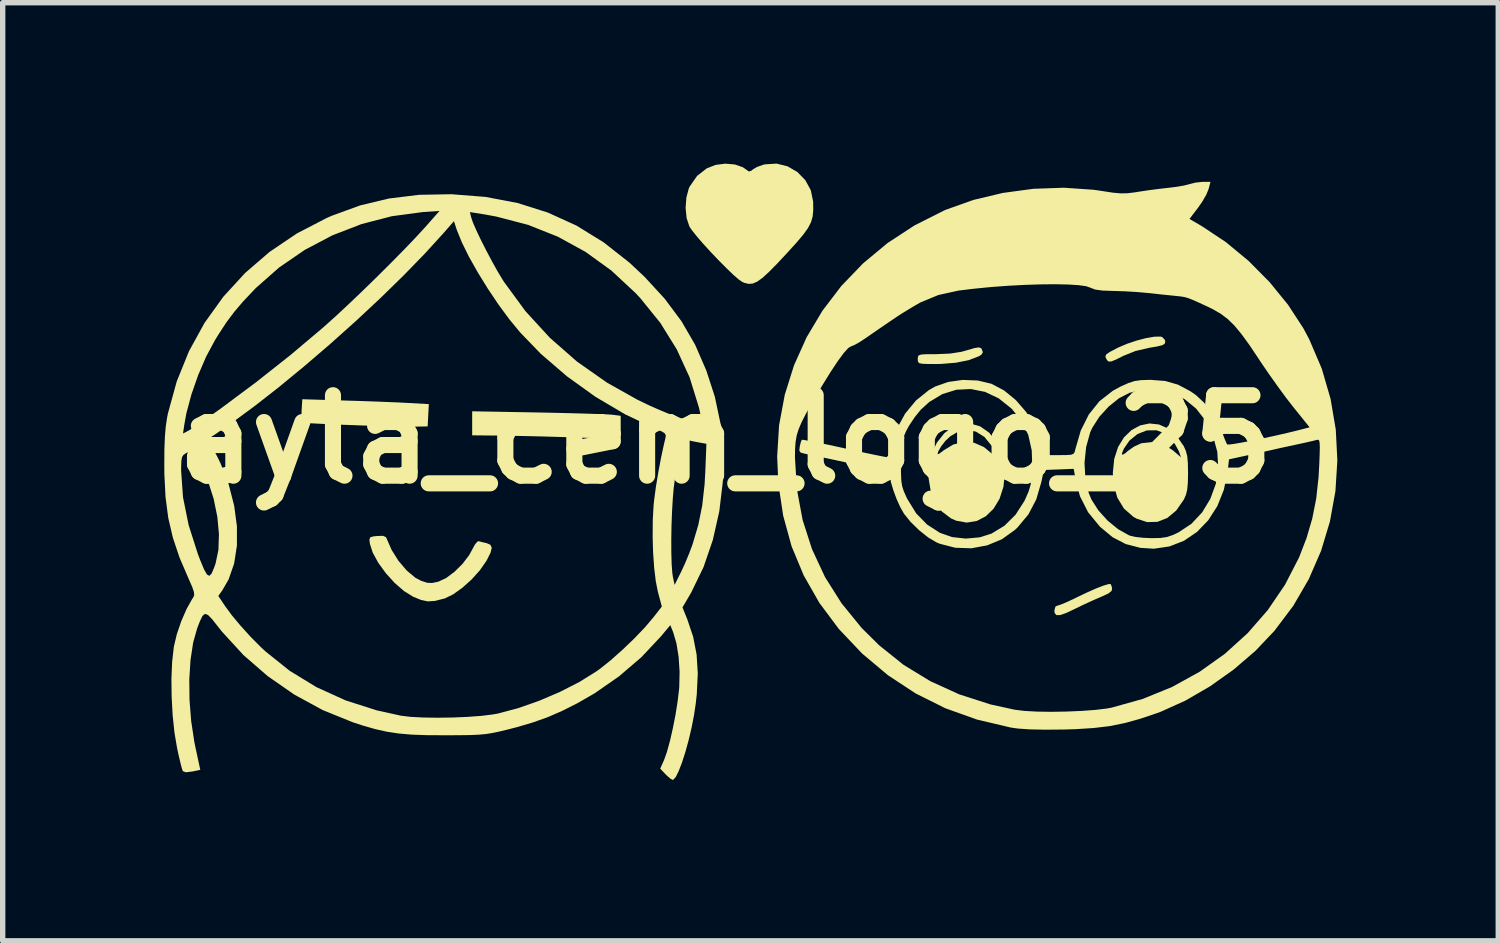
<source format=kicad_pcb>
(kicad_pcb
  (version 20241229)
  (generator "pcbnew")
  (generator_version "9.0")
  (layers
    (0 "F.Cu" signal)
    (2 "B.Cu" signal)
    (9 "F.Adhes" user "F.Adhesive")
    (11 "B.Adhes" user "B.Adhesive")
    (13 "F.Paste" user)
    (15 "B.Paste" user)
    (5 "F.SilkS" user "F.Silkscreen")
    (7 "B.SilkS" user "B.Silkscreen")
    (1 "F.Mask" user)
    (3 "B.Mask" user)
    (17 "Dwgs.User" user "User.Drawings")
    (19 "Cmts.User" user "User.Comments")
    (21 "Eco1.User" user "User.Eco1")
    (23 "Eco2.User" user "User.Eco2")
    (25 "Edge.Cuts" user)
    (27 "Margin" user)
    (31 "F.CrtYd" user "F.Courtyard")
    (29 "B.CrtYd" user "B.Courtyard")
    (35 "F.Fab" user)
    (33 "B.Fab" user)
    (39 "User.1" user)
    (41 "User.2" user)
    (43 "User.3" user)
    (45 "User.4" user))
  (footprint "ayla_cem_logo_25"
    (layer "F.Cu")
    (at 10.479 5.14)
    (property "Reference" "ayla_cem_logo_25" (at 0 0 0) (layer "F.SilkS") (effects (font (size 1.5 1.5) (thickness 0.3))))
    (attr board_only exclude_from_pos_files exclude_from_bom)
    (fp_poly (pts (xy 8.136 -1.908) (xy 8.187 -1.856) (xy 8.196 -1.818) (xy 8.184 -1.781) (xy 8.139 -1.754) (xy 8.047 -1.731) (xy 7.914 -1.709) (xy 7.638 -1.646) (xy 7.411 -1.554) (xy 7.278 -1.487) (xy 7.194 -1.453) (xy 7.144 -1.448) (xy 7.113 -1.472) (xy 7.091 -1.51) (xy 7.079 -1.548) (xy 7.098 -1.584) (xy 7.159 -1.627) (xy 7.273 -1.687) (xy 7.32 -1.711) (xy 7.484 -1.781) (xy 7.664 -1.841) (xy 7.84 -1.887) (xy 7.994 -1.913) (xy 8.106 -1.915)) (stroke (width 0) (type solid)) (fill yes) (layer "F.SilkS"))
    (fp_poly (pts (xy 7.18 2.701) (xy 7.196 2.743) (xy 7.205 2.781) (xy 7.195 2.826) (xy 7.141 2.871) (xy 7.03 2.924) (xy 6.996 2.938) (xy 6.845 3.004) (xy 6.669 3.085) (xy 6.52 3.157) (xy 6.352 3.237) (xy 6.237 3.277) (xy 6.167 3.278) (xy 6.134 3.241) (xy 6.128 3.193) (xy 6.148 3.119) (xy 6.184 3.101) (xy 6.239 3.085) (xy 6.342 3.043) (xy 6.477 2.981) (xy 6.562 2.939) (xy 6.752 2.849) (xy 6.92 2.775) (xy 7.055 2.724) (xy 7.146 2.698)) (stroke (width 0) (type solid)) (fill yes) (layer "F.SilkS"))
    (fp_poly (pts (xy 4.76 -1.7) (xy 4.769 -1.69) (xy 4.796 -1.624) (xy 4.766 -1.576) (xy 4.718 -1.547) (xy 4.534 -1.476) (xy 4.295 -1.428) (xy 4.016 -1.405) (xy 3.923 -1.403) (xy 3.763 -1.404) (xy 3.663 -1.408) (xy 3.608 -1.42) (xy 3.586 -1.444) (xy 3.581 -1.483) (xy 3.581 -1.495) (xy 3.584 -1.538) (xy 3.6 -1.565) (xy 3.645 -1.58) (xy 3.732 -1.586) (xy 3.875 -1.587) (xy 3.927 -1.587) (xy 4.185 -1.598) (xy 4.399 -1.632) (xy 4.506 -1.662) (xy 4.639 -1.701) (xy 4.718 -1.713)) (stroke (width 0) (type solid)) (fill yes) (layer "F.SilkS"))
    (fp_poly (pts (xy -7.112 -0.723) (xy -6.848 -0.715) (xy -6.578 -0.706) (xy -6.324 -0.696) (xy -6.104 -0.687) (xy -5.937 -0.678) (xy -5.933 -0.678) (xy -5.534 -0.656) (xy -5.545 -0.448) (xy -5.556 -0.24) (xy -5.796 -0.236) (xy -5.902 -0.236) (xy -6.067 -0.239) (xy -6.279 -0.243) (xy -6.523 -0.25) (xy -6.785 -0.258) (xy -6.941 -0.264) (xy -7.193 -0.273) (xy -7.421 -0.283) (xy -7.614 -0.292) (xy -7.763 -0.3) (xy -7.856 -0.306) (xy -7.882 -0.31) (xy -7.901 -0.351) (xy -7.908 -0.446) (xy -7.906 -0.535) (xy -7.893 -0.747)) (stroke (width 0) (type solid)) (fill yes) (layer "F.SilkS"))
    (fp_poly (pts (xy -3.498 -0.5) (xy -3.197 -0.494) (xy -2.912 -0.487) (xy -2.656 -0.48) (xy -2.436 -0.473) (xy -2.265 -0.467) (xy -2.15 -0.461) (xy -2.114 -0.458) (xy -1.957 -0.438) (xy -1.957 -0.219) (xy -1.958 -0.098) (xy -1.968 -0.033) (xy -1.995 -0.008) (xy -2.047 -0.006) (xy -2.058 -0.007) (xy -2.125 -0.01) (xy -2.253 -0.015) (xy -2.429 -0.022) (xy -2.64 -0.029) (xy -2.875 -0.037) (xy -2.935 -0.039) (xy -3.21 -0.047) (xy -3.499 -0.055) (xy -3.781 -0.061) (xy -4.032 -0.066) (xy -4.218 -0.069) (xy -4.726 -0.074) (xy -4.726 -0.298) (xy -4.726 -0.522)) (stroke (width 0) (type solid)) (fill yes) (layer "F.SilkS"))
    (fp_poly (pts (xy -6.335 1.823) (xy -6.323 1.845) (xy -6.229 2.06) (xy -6.1 2.266) (xy -5.948 2.445) (xy -5.787 2.58) (xy -5.678 2.638) (xy -5.566 2.675) (xy -5.472 2.679) (xy -5.355 2.654) (xy -5.21 2.586) (xy -5.054 2.469) (xy -4.905 2.321) (xy -4.782 2.16) (xy -4.723 2.051) (xy -4.672 1.958) (xy -4.625 1.905) (xy -4.605 1.9) (xy -4.536 1.918) (xy -4.458 1.936) (xy -4.387 1.966) (xy -4.361 2.021) (xy -4.382 2.111) (xy -4.45 2.248) (xy -4.464 2.272) (xy -4.583 2.443) (xy -4.737 2.614) (xy -4.909 2.768) (xy -5.081 2.891) (xy -5.236 2.967) (xy -5.249 2.97) (xy -5.419 3.013) (xy -5.554 3.022) (xy -5.683 2.994) (xy -5.825 2.936) (xy -5.996 2.83) (xy -6.171 2.678) (xy -6.336 2.496) (xy -6.477 2.302) (xy -6.581 2.111) (xy -6.633 1.947) (xy -6.642 1.866) (xy -6.624 1.826) (xy -6.56 1.809) (xy -6.498 1.803) (xy -6.389 1.8)) (stroke (width 0) (type solid)) (fill yes) (layer "F.SilkS"))
    (fp_poly (pts (xy 1.154 -5.089) (xy 1.337 -4.983) (xy 1.485 -4.831) (xy 1.587 -4.644) (xy 1.631 -4.43) (xy 1.631 -4.421) (xy 1.633 -4.276) (xy 1.622 -4.156) (xy 1.592 -4.049) (xy 1.536 -3.94) (xy 1.448 -3.817) (xy 1.322 -3.668) (xy 1.156 -3.485) (xy 0.963 -3.278) (xy 0.809 -3.122) (xy 0.688 -3.011) (xy 0.589 -2.94) (xy 0.507 -2.904) (xy 0.432 -2.897) (xy 0.355 -2.915) (xy 0.313 -2.932) (xy 0.246 -2.977) (xy 0.143 -3.067) (xy 0.015 -3.19) (xy -0.129 -3.335) (xy -0.276 -3.489) (xy -0.416 -3.642) (xy -0.537 -3.782) (xy -0.629 -3.897) (xy -0.677 -3.969) (xy -0.728 -4.124) (xy -0.747 -4.314) (xy -0.732 -4.51) (xy -0.686 -4.681) (xy -0.672 -4.71) (xy -0.533 -4.91) (xy -0.354 -5.05) (xy -0.191 -5.115) (xy -0.009 -5.139) (xy 0.169 -5.124) (xy 0.318 -5.073) (xy 0.378 -5.032) (xy 0.434 -4.992) (xy 0.48 -5.008) (xy 0.508 -5.032) (xy 0.585 -5.077) (xy 0.696 -5.117) (xy 0.733 -5.126) (xy 0.949 -5.14)) (stroke (width 0) (type solid)) (fill yes) (layer "F.SilkS"))
    (fp_poly (pts (xy 4.744 -0.241) (xy 4.911 -0.125) (xy 5.054 0.051) (xy 5.118 0.166) (xy 5.17 0.301) (xy 5.197 0.443) (xy 5.205 0.624) (xy 5.205 0.628) (xy 5.179 0.885) (xy 5.106 1.11) (xy 4.994 1.295) (xy 4.85 1.435) (xy 4.681 1.523) (xy 4.495 1.553) (xy 4.299 1.518) (xy 4.201 1.475) (xy 4.031 1.346) (xy 3.905 1.171) (xy 3.823 0.963) (xy 3.785 0.735) (xy 3.791 0.5) (xy 3.84 0.278) (xy 3.95 0.278) (xy 3.975 0.272) (xy 4.036 0.229) (xy 4.063 0.207) (xy 4.244 0.097) (xy 4.44 0.049) (xy 4.635 0.066) (xy 4.815 0.145) (xy 4.902 0.216) (xy 4.994 0.297) (xy 5.042 0.319) (xy 5.045 0.284) (xy 5.003 0.194) (xy 4.96 0.122) (xy 4.824 -0.044) (xy 4.666 -0.143) (xy 4.496 -0.174) (xy 4.321 -0.135) (xy 4.189 -0.057) (xy 4.097 0.029) (xy 4.016 0.133) (xy 3.962 0.229) (xy 3.95 0.278) (xy 3.84 0.278) (xy 3.841 0.272) (xy 3.937 0.063) (xy 4.076 -0.112) (xy 4.186 -0.199) (xy 4.373 -0.282) (xy 4.561 -0.294)) (stroke (width 0) (type solid)) (fill yes) (layer "F.SilkS"))
    (fp_poly (pts (xy 8.079 -0.276) (xy 8.252 -0.199) (xy 8.411 -0.06) (xy 8.541 0.129) (xy 8.58 0.217) (xy 8.605 0.313) (xy 8.617 0.44) (xy 8.62 0.618) (xy 8.62 0.628) (xy 8.617 0.809) (xy 8.605 0.937) (xy 8.582 1.034) (xy 8.543 1.122) (xy 8.541 1.126) (xy 8.401 1.327) (xy 8.235 1.466) (xy 8.051 1.539) (xy 7.857 1.544) (xy 7.659 1.478) (xy 7.599 1.444) (xy 7.425 1.291) (xy 7.302 1.088) (xy 7.233 0.839) (xy 7.218 0.628) (xy 7.244 0.366) (xy 7.278 0.261) (xy 7.388 0.261) (xy 7.396 0.291) (xy 7.448 0.262) (xy 7.498 0.218) (xy 7.612 0.137) (xy 7.742 0.077) (xy 7.76 0.072) (xy 7.972 0.049) (xy 8.169 0.098) (xy 8.339 0.207) (xy 8.489 0.336) (xy 8.448 0.22) (xy 8.374 0.085) (xy 8.261 -0.039) (xy 8.13 -0.132) (xy 8.033 -0.168) (xy 7.853 -0.166) (xy 7.679 -0.099) (xy 7.528 0.024) (xy 7.425 0.173) (xy 7.388 0.261) (xy 7.278 0.261) (xy 7.316 0.144) (xy 7.427 -0.037) (xy 7.567 -0.172) (xy 7.728 -0.259) (xy 7.902 -0.295)) (stroke (width 0) (type solid)) (fill yes) (layer "F.SilkS"))
    (fp_poly (pts (xy -5.113 -4.569) (xy -4.478 -4.519) (xy -3.879 -4.405) (xy -3.315 -4.227) (xy -2.781 -3.984) (xy -2.275 -3.672) (xy -1.793 -3.293) (xy -1.511 -3.028) (xy -1.136 -2.62) (xy -0.825 -2.203) (xy -0.569 -1.762) (xy -0.361 -1.283) (xy -0.202 -0.794) (xy -0.094 -0.283) (xy -0.045 0.252) (xy -0.054 0.799) (xy -0.119 1.345) (xy -0.239 1.876) (xy -0.412 2.381) (xy -0.636 2.844) (xy -0.66 2.887) (xy -0.805 3.134) (xy -0.714 3.36) (xy -0.606 3.682) (xy -0.542 4.012) (xy -0.52 4.365) (xy -0.539 4.76) (xy -0.558 4.929) (xy -0.591 5.148) (xy -0.636 5.379) (xy -0.69 5.608) (xy -0.75 5.826) (xy -0.812 6.02) (xy -0.873 6.179) (xy -0.928 6.292) (xy -0.975 6.346) (xy -0.988 6.35) (xy -1.032 6.326) (xy -1.101 6.265) (xy -1.12 6.246) (xy -1.22 6.141) (xy -1.148 5.978) (xy -1.095 5.829) (xy -1.039 5.626) (xy -0.985 5.389) (xy -0.935 5.136) (xy -0.896 4.888) (xy -0.869 4.664) (xy -0.865 4.613) (xy -0.859 4.333) (xy -0.877 4.056) (xy -0.918 3.803) (xy -0.978 3.598) (xy -0.982 3.588) (xy -1.032 3.465) (xy -1.212 3.68) (xy -1.572 4.063) (xy -1.989 4.42) (xy -2.445 4.737) (xy -2.769 4.923) (xy -3.052 5.065) (xy -3.316 5.18) (xy -3.588 5.277) (xy -3.893 5.367) (xy -4.08 5.415) (xy -4.225 5.45) (xy -4.35 5.476) (xy -4.471 5.495) (xy -4.603 5.507) (xy -4.762 5.514) (xy -4.963 5.517) (xy -5.221 5.518) (xy -5.242 5.518) (xy -5.577 5.516) (xy -5.856 5.506) (xy -6.096 5.485) (xy -6.315 5.452) (xy -6.53 5.404) (xy -6.758 5.339) (xy -6.959 5.273) (xy -7.513 5.048) (xy -8.043 4.759) (xy -8.539 4.415) (xy -8.991 4.022) (xy -9.39 3.587) (xy -9.46 3.499) (xy -9.571 3.358) (xy -9.65 3.276) (xy -9.707 3.254) (xy -9.754 3.293) (xy -9.803 3.394) (xy -9.853 3.524) (xy -9.928 3.791) (xy -9.977 4.113) (xy -10 4.474) (xy -9.996 4.858) (xy -9.965 5.251) (xy -9.907 5.637) (xy -9.884 5.749) (xy -9.795 6.163) (xy -9.946 6.194) (xy -10.064 6.208) (xy -10.121 6.187) (xy -10.121 6.186) (xy -10.138 6.136) (xy -10.166 6.029) (xy -10.2 5.885) (xy -10.227 5.759) (xy -10.276 5.472) (xy -10.31 5.146) (xy -10.329 4.803) (xy -10.333 4.464) (xy -10.32 4.151) (xy -10.29 3.885) (xy -10.286 3.86) (xy -10.232 3.632) (xy -10.15 3.393) (xy -10.052 3.167) (xy -9.949 2.982) (xy -9.925 2.947) (xy -9.908 2.905) (xy -9.914 2.844) (xy -9.947 2.748) (xy -10.011 2.604) (xy -10.014 2.596) (xy -10.182 2.205) (xy -10.306 1.835) (xy -10.392 1.466) (xy -10.443 1.076) (xy -10.465 0.644) (xy -10.465 0.588) (xy -10.152 0.588) (xy -10.117 1.082) (xy -10.012 1.6) (xy -9.839 2.142) (xy -9.792 2.264) (xy -9.724 2.427) (xy -9.671 2.52) (xy -9.627 2.546) (xy -9.585 2.505) (xy -9.539 2.398) (xy -9.51 2.315) (xy -9.457 2.064) (xy -9.447 1.769) (xy -9.477 1.446) (xy -9.545 1.112) (xy -9.65 0.783) (xy -9.735 0.581) (xy -9.817 0.413) (xy -9.88 0.305) (xy -9.934 0.247) (xy -9.986 0.233) (xy -10.047 0.251) (xy -10.062 0.259) (xy -10.108 0.29) (xy -10.135 0.332) (xy -10.148 0.404) (xy -10.152 0.524) (xy -10.152 0.588) (xy -10.465 0.588) (xy -10.466 0.48) (xy -10.464 0.189) (xy -10.457 0.009) (xy -9.671 0.009) (xy -9.596 0.114) (xy -9.541 0.204) (xy -9.474 0.332) (xy -9.416 0.451) (xy -9.264 0.846) (xy -9.163 1.239) (xy -9.112 1.621) (xy -9.112 1.983) (xy -9.164 2.317) (xy -9.267 2.613) (xy -9.382 2.812) (xy -9.459 2.921) (xy -9.331 3.112) (xy -9.206 3.282) (xy -9.041 3.479) (xy -8.855 3.684) (xy -8.664 3.876) (xy -8.583 3.952) (xy -8.13 4.315) (xy -7.631 4.62) (xy -7.088 4.867) (xy -6.504 5.054) (xy -6.055 5.153) (xy -5.874 5.175) (xy -5.64 5.187) (xy -5.371 5.191) (xy -5.087 5.187) (xy -4.807 5.175) (xy -4.55 5.156) (xy -4.335 5.129) (xy -4.246 5.113) (xy -3.867 5.012) (xy -3.474 4.874) (xy -3.088 4.709) (xy -2.728 4.525) (xy -2.416 4.331) (xy -2.34 4.277) (xy -2.138 4.115) (xy -1.919 3.92) (xy -1.701 3.711) (xy -1.505 3.506) (xy -1.35 3.323) (xy -1.349 3.322) (xy -1.19 3.118) (xy -1.264 2.842) (xy -1.303 2.645) (xy -1.333 2.394) (xy -1.353 2.109) (xy -1.36 1.871) (xy -1.014 1.871) (xy -1.013 2.114) (xy -1.007 2.326) (xy -0.995 2.491) (xy -0.984 2.566) (xy -0.952 2.714) (xy -0.832 2.474) (xy -0.756 2.31) (xy -0.677 2.119) (xy -0.617 1.957) (xy -0.51 1.597) (xy -0.437 1.234) (xy -0.393 0.84) (xy -0.379 0.587) (xy -0.359 0.084) (xy -0.503 0.058) (xy -0.613 0.037) (xy -0.699 0.017) (xy -0.709 0.015) (xy -0.75 0.025) (xy -0.79 0.086) (xy -0.831 0.201) (xy -0.875 0.377) (xy -0.924 0.619) (xy -0.946 0.738) (xy -0.968 0.901) (xy -0.986 1.111) (xy -1 1.353) (xy -1.01 1.612) (xy -1.014 1.871) (xy -1.36 1.871) (xy -1.361 1.807) (xy -1.359 1.509) (xy -1.344 1.233) (xy -1.332 1.121) (xy -1.299 0.876) (xy -1.253 0.6) (xy -1.201 0.325) (xy -1.148 0.081) (xy -1.126 -0.01) (xy -1.116 -0.069) (xy -1.134 -0.11) (xy -1.194 -0.148) (xy -1.297 -0.193) (xy -1.87 -0.463) (xy -2.429 -0.793) (xy -2.959 -1.174) (xy -3.446 -1.593) (xy -3.833 -1.994) (xy -4.032 -2.236) (xy -4.237 -2.514) (xy -4.436 -2.811) (xy -4.623 -3.114) (xy -4.788 -3.407) (xy -4.921 -3.677) (xy -5.014 -3.908) (xy -5.02 -3.926) (xy -5.066 -4.067) (xy -5.253 -3.852) (xy -5.602 -3.469) (xy -5.998 -3.061) (xy -6.431 -2.638) (xy -6.891 -2.208) (xy -7.367 -1.782) (xy -7.848 -1.369) (xy -8.323 -0.978) (xy -8.782 -0.619) (xy -9.214 -0.301) (xy -9.515 -0.094) (xy -9.671 0.009) (xy -10.457 0.009) (xy -10.455 -0.044) (xy -10.45 -0.108) (xy -10.117 -0.108) (xy -10.015 -0.161) (xy -9.951 -0.2) (xy -9.84 -0.274) (xy -9.694 -0.375) (xy -9.527 -0.493) (xy -9.414 -0.573) (xy -8.755 -1.064) (xy -8.112 -1.572) (xy -7.512 -2.078) (xy -7.477 -2.109) (xy -7.266 -2.298) (xy -7.025 -2.523) (xy -6.765 -2.771) (xy -6.497 -3.032) (xy -6.235 -3.293) (xy -5.99 -3.542) (xy -5.774 -3.768) (xy -5.599 -3.958) (xy -5.575 -3.985) (xy -5.354 -4.236) (xy -4.768 -4.236) (xy -4.745 -4.139) (xy -4.712 -4.042) (xy -4.648 -3.895) (xy -4.563 -3.716) (xy -4.463 -3.519) (xy -4.357 -3.319) (xy -4.253 -3.132) (xy -4.157 -2.973) (xy -4.133 -2.935) (xy -3.732 -2.388) (xy -3.278 -1.893) (xy -2.772 -1.449) (xy -2.212 -1.056) (xy -1.642 -0.736) (xy -1.43 -0.634) (xy -1.215 -0.539) (xy -1.007 -0.454) (xy -0.817 -0.382) (xy -0.656 -0.329) (xy -0.534 -0.298) (xy -0.462 -0.293) (xy -0.449 -0.302) (xy -0.451 -0.352) (xy -0.468 -0.453) (xy -0.496 -0.584) (xy -0.501 -0.601) (xy -0.672 -1.154) (xy -0.912 -1.677) (xy -1.218 -2.17) (xy -1.592 -2.632) (xy -1.685 -2.731) (xy -2.13 -3.145) (xy -2.611 -3.493) (xy -3.128 -3.777) (xy -3.681 -3.997) (xy -4.269 -4.151) (xy -4.479 -4.19) (xy -4.768 -4.236) (xy -5.354 -4.236) (xy -5.335 -4.258) (xy -5.649 -4.236) (xy -6.224 -4.159) (xy -6.787 -4.013) (xy -7.331 -3.803) (xy -7.846 -3.532) (xy -8.324 -3.204) (xy -8.755 -2.824) (xy -8.794 -2.784) (xy -8.996 -2.57) (xy -9.16 -2.378) (xy -9.306 -2.183) (xy -9.453 -1.959) (xy -9.523 -1.845) (xy -9.685 -1.543) (xy -9.834 -1.198) (xy -9.96 -0.837) (xy -10.054 -0.486) (xy -10.094 -0.266) (xy -10.117 -0.108) (xy -10.45 -0.108) (xy -10.439 -0.236) (xy -10.414 -0.404) (xy -10.399 -0.48) (xy -10.234 -1.079) (xy -10.005 -1.644) (xy -9.715 -2.171) (xy -9.365 -2.658) (xy -8.96 -3.1) (xy -8.503 -3.494) (xy -7.995 -3.837) (xy -7.44 -4.125) (xy -7.342 -4.168) (xy -6.816 -4.36) (xy -6.278 -4.489) (xy -5.715 -4.558) (xy -5.117 -4.569)) (stroke (width 0) (type solid)) (fill yes) (layer "F.SilkS"))
    (fp_poly (pts (xy 9.002 -4.661) (xy 8.96 -4.559) (xy 8.886 -4.431) (xy 8.806 -4.316) (xy 8.647 -4.108) (xy 8.879 -3.973) (xy 9.326 -3.676) (xy 9.75 -3.325) (xy 10.14 -2.931) (xy 10.485 -2.508) (xy 10.772 -2.067) (xy 10.88 -1.864) (xy 11.114 -1.316) (xy 11.278 -0.752) (xy 11.375 -0.179) (xy 11.404 0.396) (xy 11.368 0.968) (xy 11.266 1.531) (xy 11.101 2.079) (xy 10.872 2.606) (xy 10.582 3.105) (xy 10.231 3.571) (xy 9.878 3.943) (xy 9.472 4.292) (xy 9.031 4.605) (xy 8.573 4.871) (xy 8.115 5.078) (xy 8.03 5.109) (xy 7.718 5.214) (xy 7.434 5.292) (xy 7.155 5.348) (xy 6.86 5.383) (xy 6.528 5.404) (xy 6.295 5.411) (xy 5.948 5.414) (xy 5.669 5.408) (xy 5.45 5.393) (xy 5.316 5.374) (xy 4.688 5.226) (xy 4.097 5.015) (xy 3.543 4.739) (xy 3.026 4.399) (xy 2.545 3.995) (xy 2.536 3.986) (xy 2.108 3.534) (xy 1.748 3.051) (xy 1.455 2.538) (xy 1.229 1.995) (xy 1.072 1.423) (xy 0.982 0.823) (xy 0.961 0.342) (xy 1.292 0.342) (xy 1.328 0.931) (xy 1.434 1.501) (xy 1.609 2.047) (xy 1.852 2.568) (xy 2.161 3.058) (xy 2.535 3.517) (xy 2.862 3.841) (xy 3.315 4.204) (xy 3.814 4.509) (xy 4.356 4.756) (xy 4.941 4.944) (xy 5.39 5.042) (xy 5.57 5.064) (xy 5.805 5.077) (xy 6.073 5.081) (xy 6.358 5.076) (xy 6.638 5.064) (xy 6.895 5.045) (xy 7.109 5.019) (xy 7.199 5.002) (xy 7.777 4.84) (xy 8.324 4.617) (xy 8.835 4.335) (xy 9.306 4) (xy 9.731 3.615) (xy 10.107 3.184) (xy 10.428 2.712) (xy 10.69 2.203) (xy 10.828 1.846) (xy 10.936 1.479) (xy 11.01 1.106) (xy 11.054 0.701) (xy 11.066 0.485) (xy 11.074 0.286) (xy 11.077 0.15) (xy 11.074 0.066) (xy 11.064 0.022) (xy 11.046 0.008) (xy 11.018 0.012) (xy 11.016 0.013) (xy 10.947 0.03) (xy 10.83 0.057) (xy 10.688 0.088) (xy 10.669 0.092) (xy 10.511 0.126) (xy 10.359 0.159) (xy 10.246 0.184) (xy 10.245 0.185) (xy 10.143 0.208) (xy 9.994 0.241) (xy 9.823 0.278) (xy 9.741 0.296) (xy 9.384 0.374) (xy 9.358 0.6) (xy 9.288 0.941) (xy 9.166 1.246) (xy 8.997 1.51) (xy 8.789 1.726) (xy 8.546 1.891) (xy 8.276 1.997) (xy 7.984 2.04) (xy 7.732 2.024) (xy 7.459 1.953) (xy 7.216 1.827) (xy 6.985 1.636) (xy 6.975 1.626) (xy 6.757 1.36) (xy 6.606 1.063) (xy 6.53 0.782) (xy 6.489 0.551) (xy 6.21 0.562) (xy 5.932 0.572) (xy 5.886 0.794) (xy 5.791 1.12) (xy 5.645 1.399) (xy 5.441 1.644) (xy 5.391 1.691) (xy 5.149 1.864) (xy 4.874 1.978) (xy 4.58 2.032) (xy 4.281 2.022) (xy 3.993 1.948) (xy 3.933 1.923) (xy 3.777 1.831) (xy 3.606 1.695) (xy 3.445 1.537) (xy 3.325 1.388) (xy 3.256 1.267) (xy 3.186 1.112) (xy 3.125 0.947) (xy 3.081 0.798) (xy 3.064 0.687) (xy 3.064 0.686) (xy 3.059 0.659) (xy 3.036 0.634) (xy 2.988 0.61) (xy 2.904 0.583) (xy 2.775 0.55) (xy 2.594 0.508) (xy 2.387 0.462) (xy 3.267 0.462) (xy 3.269 0.645) (xy 3.275 0.776) (xy 3.291 0.877) (xy 3.321 0.969) (xy 3.368 1.074) (xy 3.39 1.118) (xy 3.552 1.381) (xy 3.755 1.589) (xy 3.993 1.743) (xy 4.221 1.823) (xy 4.476 1.851) (xy 4.735 1.828) (xy 4.955 1.759) (xy 5.196 1.613) (xy 5.404 1.407) (xy 5.569 1.151) (xy 5.587 1.113) (xy 5.649 0.971) (xy 5.686 0.843) (xy 5.707 0.699) (xy 5.717 0.538) (xy 5.714 0.441) (xy 6.69 0.441) (xy 6.707 0.734) (xy 6.769 1.002) (xy 6.821 1.126) (xy 6.949 1.326) (xy 7.12 1.515) (xy 7.315 1.675) (xy 7.512 1.786) (xy 7.55 1.801) (xy 7.642 1.821) (xy 7.779 1.836) (xy 7.932 1.843) (xy 7.941 1.843) (xy 8.103 1.84) (xy 8.226 1.822) (xy 8.342 1.783) (xy 8.445 1.734) (xy 8.684 1.575) (xy 8.883 1.363) (xy 9.036 1.11) (xy 9.139 0.828) (xy 9.183 0.53) (xy 9.166 0.234) (xy 9.082 -0.076) (xy 8.948 -0.346) (xy 8.771 -0.572) (xy 8.559 -0.747) (xy 8.318 -0.869) (xy 8.057 -0.931) (xy 7.782 -0.928) (xy 7.531 -0.867) (xy 7.333 -0.765) (xy 7.139 -0.609) (xy 6.966 -0.419) (xy 6.834 -0.213) (xy 6.796 -0.129) (xy 6.72 0.146) (xy 6.69 0.441) (xy 5.714 0.441) (xy 5.706 0.206) (xy 5.642 -0.081) (xy 5.521 -0.333) (xy 5.341 -0.56) (xy 5.325 -0.576) (xy 5.091 -0.763) (xy 4.836 -0.884) (xy 4.57 -0.937) (xy 4.302 -0.924) (xy 4.041 -0.843) (xy 3.796 -0.696) (xy 3.638 -0.552) (xy 3.528 -0.417) (xy 3.423 -0.26) (xy 3.366 -0.156) (xy 3.321 -0.053) (xy 3.293 0.041) (xy 3.276 0.147) (xy 3.269 0.285) (xy 3.267 0.462) (xy 2.387 0.462) (xy 2.349 0.454) (xy 2.335 0.451) (xy 2.105 0.401) (xy 1.891 0.355) (xy 1.708 0.317) (xy 1.57 0.288) (xy 1.488 0.271) (xy 1.482 0.27) (xy 1.4 0.249) (xy 1.373 0.211) (xy 1.381 0.136) (xy 1.401 0.053) (xy 1.419 0.009) (xy 1.419 0.009) (xy 1.458 0.012) (xy 1.558 0.03) (xy 1.708 0.059) (xy 1.898 0.099) (xy 2.117 0.146) (xy 2.193 0.163) (xy 2.422 0.214) (xy 2.627 0.258) (xy 2.799 0.294) (xy 2.925 0.319) (xy 2.993 0.332) (xy 3.001 0.332) (xy 3.037 0.297) (xy 3.074 0.199) (xy 3.097 0.104) (xy 3.193 -0.2) (xy 3.347 -0.48) (xy 3.548 -0.723) (xy 3.787 -0.916) (xy 3.906 -0.984) (xy 4.149 -1.069) (xy 4.421 -1.107) (xy 4.698 -1.096) (xy 4.952 -1.036) (xy 4.958 -1.034) (xy 5.19 -0.911) (xy 5.41 -0.731) (xy 5.603 -0.508) (xy 5.758 -0.26) (xy 5.862 -0.001) (xy 5.891 0.134) (xy 5.915 0.295) (xy 6.206 0.295) (xy 6.351 0.294) (xy 6.439 0.288) (xy 6.485 0.27) (xy 6.507 0.236) (xy 6.517 0.194) (xy 6.62 -0.162) (xy 6.77 -0.462) (xy 6.968 -0.709) (xy 7.217 -0.904) (xy 7.364 -0.984) (xy 7.507 -1.048) (xy 7.624 -1.086) (xy 7.747 -1.103) (xy 7.909 -1.108) (xy 7.926 -1.108) (xy 8.195 -1.087) (xy 8.432 -1.019) (xy 8.664 -0.896) (xy 8.769 -0.823) (xy 8.918 -0.684) (xy 9.063 -0.498) (xy 9.187 -0.289) (xy 9.26 -0.12) (xy 9.302 -0.009) (xy 9.336 0.071) (xy 9.351 0.097) (xy 9.393 0.097) (xy 9.495 0.083) (xy 9.644 0.057) (xy 9.827 0.021) (xy 10.033 -0.021) (xy 10.249 -0.068) (xy 10.463 -0.117) (xy 10.661 -0.165) (xy 10.75 -0.188) (xy 10.887 -0.223) (xy 10.578 -0.607) (xy 10.442 -0.782) (xy 10.285 -0.997) (xy 10.123 -1.225) (xy 9.973 -1.445) (xy 9.936 -1.502) (xy 9.764 -1.759) (xy 9.617 -1.961) (xy 9.486 -2.119) (xy 9.361 -2.241) (xy 9.232 -2.339) (xy 9.089 -2.422) (xy 9.008 -2.462) (xy 8.836 -2.542) (xy 8.715 -2.596) (xy 8.627 -2.631) (xy 8.557 -2.651) (xy 8.486 -2.663) (xy 8.4 -2.672) (xy 8.399 -2.672) (xy 8.274 -2.685) (xy 8.107 -2.702) (xy 7.929 -2.722) (xy 7.882 -2.727) (xy 7.676 -2.745) (xy 7.443 -2.759) (xy 7.232 -2.766) (xy 7.217 -2.766) (xy 7.021 -2.773) (xy 6.888 -2.792) (xy 6.807 -2.823) (xy 6.803 -2.825) (xy 6.721 -2.854) (xy 6.577 -2.874) (xy 6.378 -2.886) (xy 6.136 -2.891) (xy 5.86 -2.888) (xy 5.561 -2.878) (xy 5.247 -2.861) (xy 4.929 -2.837) (xy 4.617 -2.806) (xy 4.338 -2.772) (xy 3.967 -2.69) (xy 3.632 -2.552) (xy 3.523 -2.49) (xy 3.412 -2.423) (xy 3.32 -2.367) (xy 3.282 -2.344) (xy 3.208 -2.296) (xy 3.075 -2.206) (xy 2.883 -2.075) (xy 2.631 -1.901) (xy 2.608 -1.885) (xy 2.494 -1.81) (xy 2.399 -1.757) (xy 2.343 -1.735) (xy 2.342 -1.735) (xy 2.287 -1.703) (xy 2.201 -1.608) (xy 2.089 -1.456) (xy 1.953 -1.25) (xy 1.795 -0.994) (xy 1.753 -0.923) (xy 1.608 -0.675) (xy 1.497 -0.478) (xy 1.416 -0.319) (xy 1.359 -0.186) (xy 1.323 -0.066) (xy 1.303 0.054) (xy 1.294 0.185) (xy 1.292 0.34) (xy 1.292 0.342) (xy 0.961 0.342) (xy 0.96 0.32) (xy 0.996 -0.263) (xy 1.102 -0.831) (xy 1.274 -1.379) (xy 1.51 -1.903) (xy 1.805 -2.398) (xy 2.157 -2.859) (xy 2.562 -3.28) (xy 3.017 -3.658) (xy 3.518 -3.986) (xy 4.063 -4.261) (xy 4.103 -4.279) (xy 4.617 -4.462) (xy 5.167 -4.593) (xy 5.736 -4.67) (xy 6.306 -4.69) (xy 6.86 -4.652) (xy 7.03 -4.627) (xy 7.219 -4.598) (xy 7.363 -4.585) (xy 7.491 -4.587) (xy 7.629 -4.604) (xy 7.678 -4.612) (xy 7.863 -4.64) (xy 8.074 -4.668) (xy 8.251 -4.688) (xy 8.406 -4.707) (xy 8.545 -4.731) (xy 8.641 -4.755) (xy 8.651 -4.759) (xy 8.76 -4.786) (xy 8.886 -4.799) (xy 8.897 -4.799) (xy 9.039 -4.799)) (stroke (width 0) (type solid)) (fill yes) (layer "F.SilkS")))
  (gr_rect
    (start -3 -3)
    (end 24.883 14.49)
    (stroke (width 0.1) (type default))
    (fill no)
    (layer "Edge.Cuts")))
</source>
